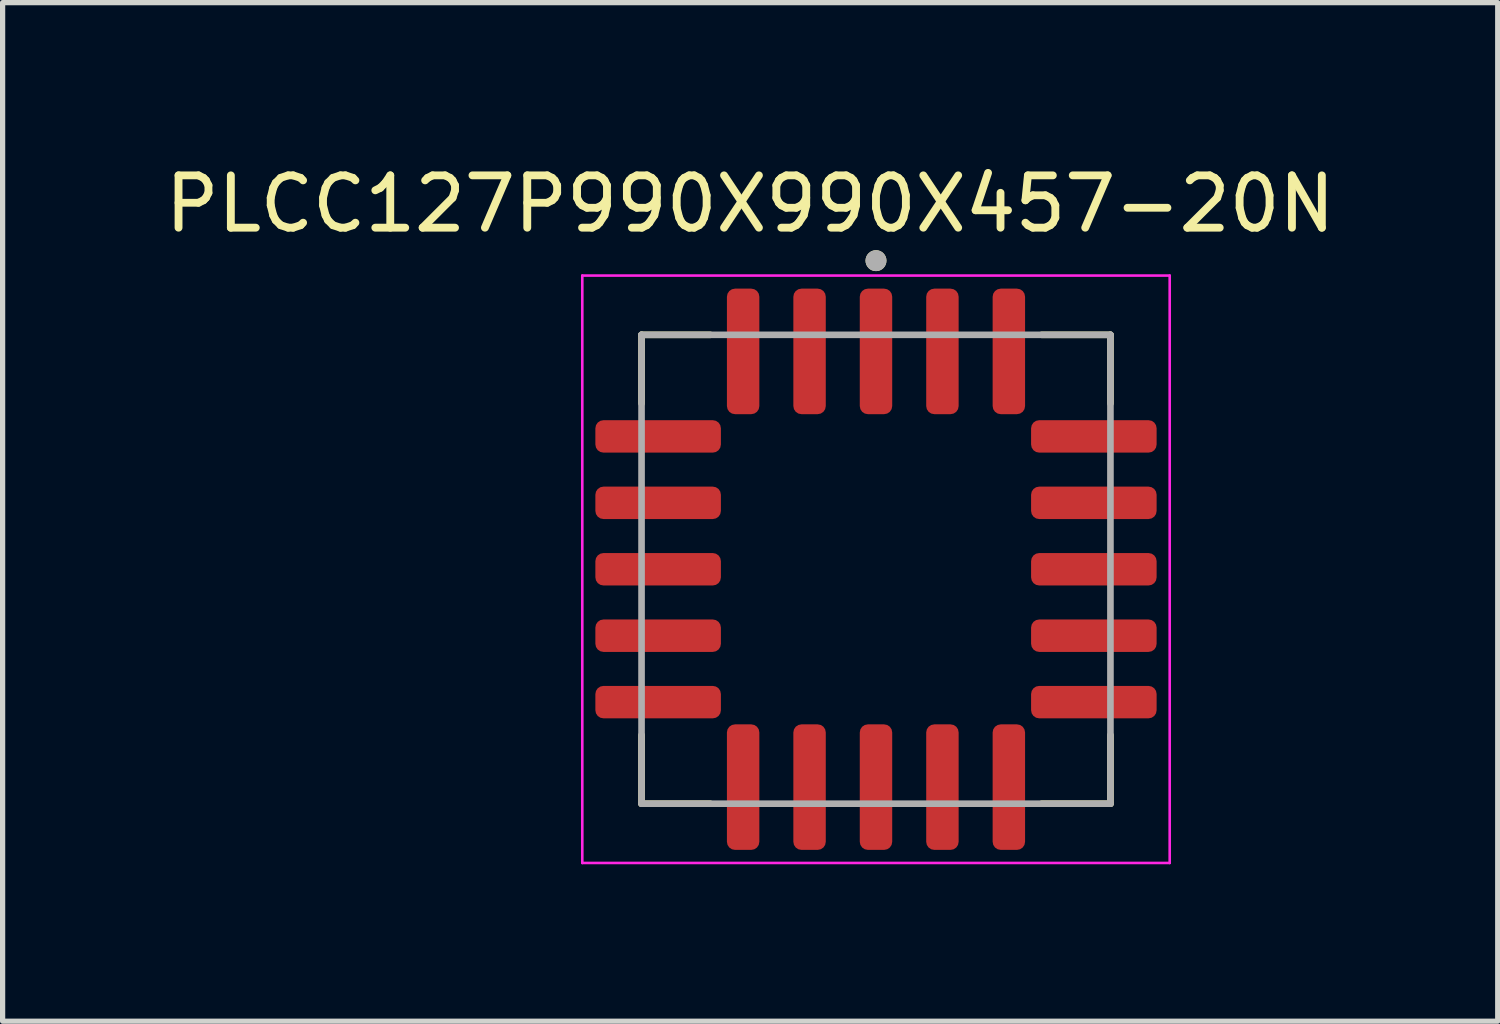
<source format=kicad_pcb>
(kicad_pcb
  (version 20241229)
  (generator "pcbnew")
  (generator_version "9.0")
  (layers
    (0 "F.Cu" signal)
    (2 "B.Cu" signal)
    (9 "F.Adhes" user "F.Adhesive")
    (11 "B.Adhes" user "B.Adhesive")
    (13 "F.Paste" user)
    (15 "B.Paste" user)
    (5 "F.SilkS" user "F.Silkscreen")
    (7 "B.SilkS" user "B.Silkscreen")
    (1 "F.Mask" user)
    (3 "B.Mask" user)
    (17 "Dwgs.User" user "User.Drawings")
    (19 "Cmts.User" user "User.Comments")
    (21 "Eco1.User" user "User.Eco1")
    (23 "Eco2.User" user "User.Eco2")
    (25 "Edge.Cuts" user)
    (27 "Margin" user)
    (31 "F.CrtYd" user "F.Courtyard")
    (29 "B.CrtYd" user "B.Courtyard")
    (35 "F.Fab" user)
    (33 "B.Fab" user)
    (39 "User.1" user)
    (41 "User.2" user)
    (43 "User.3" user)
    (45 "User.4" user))
  (footprint "PLCC127P990X990X457-20N"
    (layer "F.Cu")
    (at 13.697 7.833)
    (property "Reference" "PLCC127P990X990X457-20N" (at -2.405 -6.985 0) (layer "F.SilkS") (effects (font (size 1 1) (thickness 0.15))))
    (attr smd)
    (fp_line (start -4.482 -4.482) (end -4.482 -3.17) (stroke (width 0.127) (type solid)) (layer "F.SilkS"))
    (fp_line (start -4.482 3.17) (end -4.482 4.482) (stroke (width 0.127) (type solid)) (layer "F.SilkS"))
    (fp_line (start -3.17 -4.482) (end -4.482 -4.482) (stroke (width 0.127) (type solid)) (layer "F.SilkS"))
    (fp_line (start -3.17 4.482) (end -4.482 4.482) (stroke (width 0.127) (type solid)) (layer "F.SilkS"))
    (fp_line (start 3.17 4.482) (end 4.482 4.482) (stroke (width 0.127) (type solid)) (layer "F.SilkS"))
    (fp_line (start 4.482 -4.482) (end 3.17 -4.482) (stroke (width 0.127) (type solid)) (layer "F.SilkS"))
    (fp_line (start 4.482 -4.482) (end 4.482 -3.17) (stroke (width 0.127) (type solid)) (layer "F.SilkS"))
    (fp_line (start 4.482 4.482) (end 4.482 3.17) (stroke (width 0.127) (type solid)) (layer "F.SilkS"))
    (fp_circle (center 0 -5.9) (end 0.1 -5.9) (stroke (width 0.2) (type solid)) (fill no) (layer "F.SilkS"))
    (fp_line (start -5.615 -5.615) (end 5.615 -5.615) (stroke (width 0.05) (type solid)) (layer "F.CrtYd"))
    (fp_line (start -5.615 5.615) (end -5.615 -5.615) (stroke (width 0.05) (type solid)) (layer "F.CrtYd"))
    (fp_line (start 5.615 -5.615) (end 5.615 5.615) (stroke (width 0.05) (type solid)) (layer "F.CrtYd"))
    (fp_line (start 5.615 5.615) (end -5.615 5.615) (stroke (width 0.05) (type solid)) (layer "F.CrtYd"))
    (fp_line (start -4.482 -4.482) (end -4.482 4.482) (stroke (width 0.127) (type solid)) (layer "F.Fab"))
    (fp_line (start -4.482 4.482) (end 4.482 4.482) (stroke (width 0.127) (type solid)) (layer "F.Fab"))
    (fp_line (start 4.482 -4.482) (end -4.482 -4.482) (stroke (width 0.127) (type solid)) (layer "F.Fab"))
    (fp_line (start 4.482 4.482) (end 4.482 -4.482) (stroke (width 0.127) (type solid)) (layer "F.Fab"))
    (fp_circle (center 0 -5.9) (end 0.1 -5.9) (stroke (width 0.2) (type solid)) (fill no) (layer "F.Fab"))
    (pad "1" smd roundrect (at 0 -4.165) (size 0.62 2.4) (layers "F.Cu" "F.Mask" "F.Paste") (roundrect_rratio 0.25))
    (pad "2" smd roundrect (at -1.27 -4.165) (size 0.62 2.4) (layers "F.Cu" "F.Mask" "F.Paste") (roundrect_rratio 0.25))
    (pad "3" smd roundrect (at -2.54 -4.165) (size 0.62 2.4) (layers "F.Cu" "F.Mask" "F.Paste") (roundrect_rratio 0.25))
    (pad "4" smd roundrect (at -4.165 -2.54) (size 2.4 0.62) (layers "F.Cu" "F.Mask" "F.Paste") (roundrect_rratio 0.25))
    (pad "5" smd roundrect (at -4.165 -1.27) (size 2.4 0.62) (layers "F.Cu" "F.Mask" "F.Paste") (roundrect_rratio 0.25))
    (pad "6" smd roundrect (at -4.165 0) (size 2.4 0.62) (layers "F.Cu" "F.Mask" "F.Paste") (roundrect_rratio 0.25))
    (pad "7" smd roundrect (at -4.165 1.27) (size 2.4 0.62) (layers "F.Cu" "F.Mask" "F.Paste") (roundrect_rratio 0.25))
    (pad "8" smd roundrect (at -4.165 2.54) (size 2.4 0.62) (layers "F.Cu" "F.Mask" "F.Paste") (roundrect_rratio 0.25))
    (pad "9" smd roundrect (at -2.54 4.165) (size 0.62 2.4) (layers "F.Cu" "F.Mask" "F.Paste") (roundrect_rratio 0.25))
    (pad "10" smd roundrect (at -1.27 4.165) (size 0.62 2.4) (layers "F.Cu" "F.Mask" "F.Paste") (roundrect_rratio 0.25))
    (pad "11" smd roundrect (at 0 4.165) (size 0.62 2.4) (layers "F.Cu" "F.Mask" "F.Paste") (roundrect_rratio 0.25))
    (pad "12" smd roundrect (at 1.27 4.165) (size 0.62 2.4) (layers "F.Cu" "F.Mask" "F.Paste") (roundrect_rratio 0.25))
    (pad "13" smd roundrect (at 2.54 4.165) (size 0.62 2.4) (layers "F.Cu" "F.Mask" "F.Paste") (roundrect_rratio 0.25))
    (pad "14" smd roundrect (at 4.165 2.54) (size 2.4 0.62) (layers "F.Cu" "F.Mask" "F.Paste") (roundrect_rratio 0.25))
    (pad "15" smd roundrect (at 4.165 1.27) (size 2.4 0.62) (layers "F.Cu" "F.Mask" "F.Paste") (roundrect_rratio 0.25))
    (pad "16" smd roundrect (at 4.165 0) (size 2.4 0.62) (layers "F.Cu" "F.Mask" "F.Paste") (roundrect_rratio 0.25))
    (pad "17" smd roundrect (at 4.165 -1.27) (size 2.4 0.62) (layers "F.Cu" "F.Mask" "F.Paste") (roundrect_rratio 0.25))
    (pad "18" smd roundrect (at 4.165 -2.54) (size 2.4 0.62) (layers "F.Cu" "F.Mask" "F.Paste") (roundrect_rratio 0.25))
    (pad "19" smd roundrect (at 2.54 -4.165) (size 0.62 2.4) (layers "F.Cu" "F.Mask" "F.Paste") (roundrect_rratio 0.25))
    (pad "20" smd roundrect (at 1.27 -4.165) (size 0.62 2.4) (layers "F.Cu" "F.Mask" "F.Paste") (roundrect_rratio 0.25)))
  (gr_rect
    (start -3 -3)
    (end 25.583 16.473)
    (stroke (width 0.1) (type default))
    (fill no)
    (layer "Edge.Cuts")))
</source>
